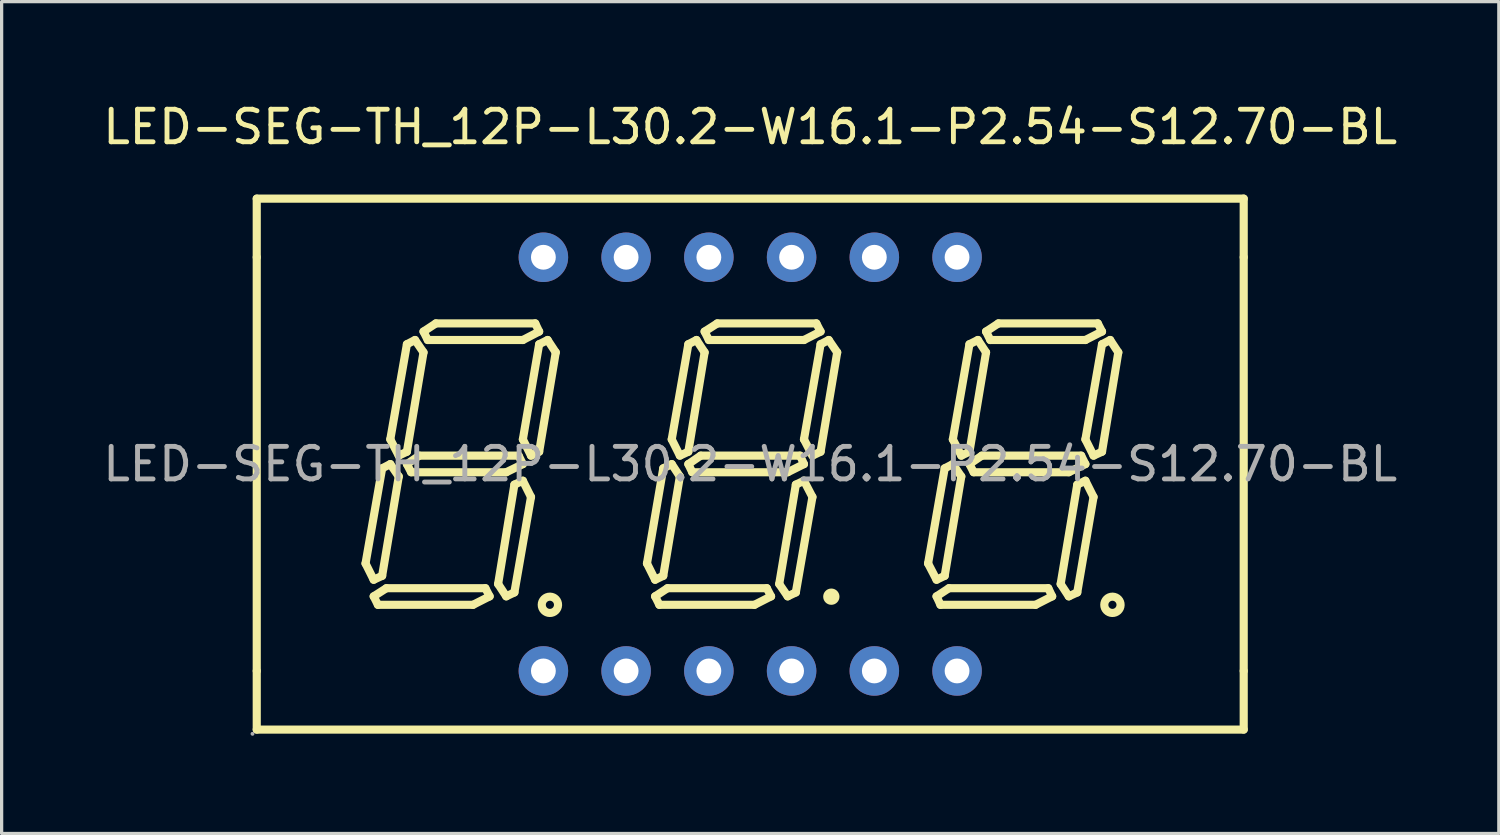
<source format=kicad_pcb>
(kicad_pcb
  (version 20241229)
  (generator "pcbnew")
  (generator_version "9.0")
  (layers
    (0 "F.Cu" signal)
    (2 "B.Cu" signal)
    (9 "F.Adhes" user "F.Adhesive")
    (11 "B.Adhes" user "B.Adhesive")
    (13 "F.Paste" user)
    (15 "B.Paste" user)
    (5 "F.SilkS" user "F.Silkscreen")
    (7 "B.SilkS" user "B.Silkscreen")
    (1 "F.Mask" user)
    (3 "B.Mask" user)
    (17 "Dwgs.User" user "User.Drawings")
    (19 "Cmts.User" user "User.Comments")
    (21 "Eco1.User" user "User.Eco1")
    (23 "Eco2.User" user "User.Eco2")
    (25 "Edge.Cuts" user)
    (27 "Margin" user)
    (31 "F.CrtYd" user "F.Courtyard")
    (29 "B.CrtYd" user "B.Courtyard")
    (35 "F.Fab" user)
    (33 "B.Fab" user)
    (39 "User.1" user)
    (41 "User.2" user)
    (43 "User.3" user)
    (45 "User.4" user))
  (footprint "LED-SEG-TH_12P-L30.2-W16.1-P2.54-S12.70-BL"
    (layer "F.Cu")
    (at 19.982 11.198)
    (property "Reference" "LED-SEG-TH_12P-L30.2-W16.1-P2.54-S12.70-BL" (at 0 -10.35 0) (layer "F.SilkS") (effects (font (size 1 1) (thickness 0.15))))
    (attr through_hole)
    (fp_line (start -15.15 -8.15) (end 15.15 -8.15) (stroke (width 0.25) (type solid)) (layer "F.SilkS"))
    (fp_line (start -15.15 -6.35) (end -15.15 -8.15) (stroke (width 0.25) (type solid)) (layer "F.SilkS"))
    (fp_line (start -15.15 6.35) (end -15.15 -6.35) (stroke (width 0.25) (type solid)) (layer "F.SilkS"))
    (fp_line (start -15.15 8.15) (end -15.15 6.35) (stroke (width 0.25) (type solid)) (layer "F.SilkS"))
    (fp_line (start -11.81 3.05) (end -11.3 0.13) (stroke (width 0.25) (type solid)) (layer "F.SilkS"))
    (fp_line (start -11.56 3.55) (end -11.81 3.05) (stroke (width 0.25) (type solid)) (layer "F.SilkS"))
    (fp_line (start -11.56 4.06) (end -11.43 4.32) (stroke (width 0.25) (type solid)) (layer "F.SilkS"))
    (fp_line (start -11.43 4.32) (end -8.51 4.32) (stroke (width 0.25) (type solid)) (layer "F.SilkS"))
    (fp_line (start -11.3 0.13) (end -11.05 0) (stroke (width 0.25) (type solid)) (layer "F.SilkS"))
    (fp_line (start -11.3 3.43) (end -11.56 3.55) (stroke (width 0.25) (type solid)) (layer "F.SilkS"))
    (fp_line (start -11.17 3.81) (end -11.56 4.06) (stroke (width 0.25) (type solid)) (layer "F.SilkS"))
    (fp_line (start -11.05 -0.76) (end -10.54 -3.68) (stroke (width 0.25) (type solid)) (layer "F.SilkS"))
    (fp_line (start -11.05 0) (end -10.79 0.38) (stroke (width 0.25) (type solid)) (layer "F.SilkS"))
    (fp_line (start -10.79 -0.26) (end -11.05 -0.76) (stroke (width 0.25) (type solid)) (layer "F.SilkS"))
    (fp_line (start -10.79 0.38) (end -11.3 3.43) (stroke (width 0.25) (type solid)) (layer "F.SilkS"))
    (fp_line (start -10.54 -3.68) (end -10.29 -3.81) (stroke (width 0.25) (type solid)) (layer "F.SilkS"))
    (fp_line (start -10.54 -0.38) (end -10.79 -0.26) (stroke (width 0.25) (type solid)) (layer "F.SilkS"))
    (fp_line (start -10.54 0) (end -10.41 0.25) (stroke (width 0.25) (type solid)) (layer "F.SilkS"))
    (fp_line (start -10.41 0.25) (end -7.49 0.25) (stroke (width 0.25) (type solid)) (layer "F.SilkS"))
    (fp_line (start -10.29 -3.81) (end -10.03 -3.43) (stroke (width 0.25) (type solid)) (layer "F.SilkS"))
    (fp_line (start -10.16 -0.26) (end -10.54 0) (stroke (width 0.25) (type solid)) (layer "F.SilkS"))
    (fp_line (start -10.03 -4.07) (end -9.65 -4.32) (stroke (width 0.25) (type solid)) (layer "F.SilkS"))
    (fp_line (start -10.03 -3.43) (end -10.54 -0.38) (stroke (width 0.25) (type solid)) (layer "F.SilkS"))
    (fp_line (start -9.9 -3.81) (end -10.03 -4.07) (stroke (width 0.25) (type solid)) (layer "F.SilkS"))
    (fp_line (start -9.65 -4.32) (end -6.6 -4.32) (stroke (width 0.25) (type solid)) (layer "F.SilkS"))
    (fp_line (start -8.51 4.32) (end -8 4.06) (stroke (width 0.25) (type solid)) (layer "F.SilkS"))
    (fp_line (start -8.13 3.81) (end -11.17 3.81) (stroke (width 0.25) (type solid)) (layer "F.SilkS"))
    (fp_line (start -8 4.06) (end -8.13 3.81) (stroke (width 0.25) (type solid)) (layer "F.SilkS"))
    (fp_line (start -7.74 3.68) (end -7.49 4.06) (stroke (width 0.25) (type solid)) (layer "F.SilkS"))
    (fp_line (start -7.49 0.25) (end -6.98 0) (stroke (width 0.25) (type solid)) (layer "F.SilkS"))
    (fp_line (start -7.49 4.06) (end -7.24 3.94) (stroke (width 0.25) (type solid)) (layer "F.SilkS"))
    (fp_line (start -7.24 0.63) (end -7.74 3.68) (stroke (width 0.25) (type solid)) (layer "F.SilkS"))
    (fp_line (start -7.24 3.94) (end -6.73 1.01) (stroke (width 0.25) (type solid)) (layer "F.SilkS"))
    (fp_line (start -7.11 -0.26) (end -10.16 -0.26) (stroke (width 0.25) (type solid)) (layer "F.SilkS"))
    (fp_line (start -6.98 -3.81) (end -9.9 -3.81) (stroke (width 0.25) (type solid)) (layer "F.SilkS"))
    (fp_line (start -6.98 -0.76) (end -6.48 -3.68) (stroke (width 0.25) (type solid)) (layer "F.SilkS"))
    (fp_line (start -6.98 0) (end -7.11 -0.26) (stroke (width 0.25) (type solid)) (layer "F.SilkS"))
    (fp_line (start -6.98 0.51) (end -7.24 0.63) (stroke (width 0.25) (type solid)) (layer "F.SilkS"))
    (fp_line (start -6.73 -0.26) (end -6.98 -0.76) (stroke (width 0.25) (type solid)) (layer "F.SilkS"))
    (fp_line (start -6.73 1.01) (end -6.98 0.51) (stroke (width 0.25) (type solid)) (layer "F.SilkS"))
    (fp_line (start -6.6 -4.32) (end -6.48 -4.07) (stroke (width 0.25) (type solid)) (layer "F.SilkS"))
    (fp_line (start -6.48 -4.07) (end -6.98 -3.81) (stroke (width 0.25) (type solid)) (layer "F.SilkS"))
    (fp_line (start -6.48 -3.68) (end -6.22 -3.81) (stroke (width 0.25) (type solid)) (layer "F.SilkS"))
    (fp_line (start -6.48 -0.38) (end -6.73 -0.26) (stroke (width 0.25) (type solid)) (layer "F.SilkS"))
    (fp_line (start -6.22 -3.81) (end -5.97 -3.43) (stroke (width 0.25) (type solid)) (layer "F.SilkS"))
    (fp_line (start -5.97 -3.43) (end -6.48 -0.38) (stroke (width 0.25) (type solid)) (layer "F.SilkS"))
    (fp_line (start -3.17 3.05) (end -2.67 0.13) (stroke (width 0.25) (type solid)) (layer "F.SilkS"))
    (fp_line (start -2.92 3.55) (end -3.17 3.05) (stroke (width 0.25) (type solid)) (layer "F.SilkS"))
    (fp_line (start -2.92 4.06) (end -2.79 4.32) (stroke (width 0.25) (type solid)) (layer "F.SilkS"))
    (fp_line (start -2.79 4.32) (end 0.13 4.32) (stroke (width 0.25) (type solid)) (layer "F.SilkS"))
    (fp_line (start -2.67 0.13) (end -2.41 0) (stroke (width 0.25) (type solid)) (layer "F.SilkS"))
    (fp_line (start -2.67 3.43) (end -2.92 3.55) (stroke (width 0.25) (type solid)) (layer "F.SilkS"))
    (fp_line (start -2.54 3.81) (end -2.92 4.06) (stroke (width 0.25) (type solid)) (layer "F.SilkS"))
    (fp_line (start -2.41 -0.76) (end -1.9 -3.68) (stroke (width 0.25) (type solid)) (layer "F.SilkS"))
    (fp_line (start -2.41 0) (end -2.16 0.38) (stroke (width 0.25) (type solid)) (layer "F.SilkS"))
    (fp_line (start -2.16 -0.26) (end -2.41 -0.76) (stroke (width 0.25) (type solid)) (layer "F.SilkS"))
    (fp_line (start -2.16 0.38) (end -2.67 3.43) (stroke (width 0.25) (type solid)) (layer "F.SilkS"))
    (fp_line (start -1.9 -3.68) (end -1.65 -3.81) (stroke (width 0.25) (type solid)) (layer "F.SilkS"))
    (fp_line (start -1.9 -0.38) (end -2.16 -0.26) (stroke (width 0.25) (type solid)) (layer "F.SilkS"))
    (fp_line (start -1.9 0) (end -1.78 0.25) (stroke (width 0.25) (type solid)) (layer "F.SilkS"))
    (fp_line (start -1.78 0.25) (end 1.15 0.25) (stroke (width 0.25) (type solid)) (layer "F.SilkS"))
    (fp_line (start -1.65 -3.81) (end -1.4 -3.43) (stroke (width 0.25) (type solid)) (layer "F.SilkS"))
    (fp_line (start -1.52 -0.26) (end -1.9 0) (stroke (width 0.25) (type solid)) (layer "F.SilkS"))
    (fp_line (start -1.4 -4.07) (end -1.01 -4.32) (stroke (width 0.25) (type solid)) (layer "F.SilkS"))
    (fp_line (start -1.4 -3.43) (end -1.9 -0.38) (stroke (width 0.25) (type solid)) (layer "F.SilkS"))
    (fp_line (start -1.27 -3.81) (end -1.4 -4.07) (stroke (width 0.25) (type solid)) (layer "F.SilkS"))
    (fp_line (start -1.01 -4.32) (end 2.03 -4.32) (stroke (width 0.25) (type solid)) (layer "F.SilkS"))
    (fp_line (start 0.13 4.32) (end 0.64 4.06) (stroke (width 0.25) (type solid)) (layer "F.SilkS"))
    (fp_line (start 0.51 3.81) (end -2.54 3.81) (stroke (width 0.25) (type solid)) (layer "F.SilkS"))
    (fp_line (start 0.64 4.06) (end 0.51 3.81) (stroke (width 0.25) (type solid)) (layer "F.SilkS"))
    (fp_line (start 0.89 3.68) (end 1.15 4.06) (stroke (width 0.25) (type solid)) (layer "F.SilkS"))
    (fp_line (start 1.15 0.25) (end 1.65 0) (stroke (width 0.25) (type solid)) (layer "F.SilkS"))
    (fp_line (start 1.15 4.06) (end 1.4 3.94) (stroke (width 0.25) (type solid)) (layer "F.SilkS"))
    (fp_line (start 1.4 0.63) (end 0.89 3.68) (stroke (width 0.25) (type solid)) (layer "F.SilkS"))
    (fp_line (start 1.4 3.94) (end 1.91 1.01) (stroke (width 0.25) (type solid)) (layer "F.SilkS"))
    (fp_line (start 1.53 -0.26) (end -1.52 -0.26) (stroke (width 0.25) (type solid)) (layer "F.SilkS"))
    (fp_line (start 1.65 -3.81) (end -1.27 -3.81) (stroke (width 0.25) (type solid)) (layer "F.SilkS"))
    (fp_line (start 1.65 -0.76) (end 2.16 -3.68) (stroke (width 0.25) (type solid)) (layer "F.SilkS"))
    (fp_line (start 1.65 0) (end 1.53 -0.26) (stroke (width 0.25) (type solid)) (layer "F.SilkS"))
    (fp_line (start 1.65 0.51) (end 1.4 0.63) (stroke (width 0.25) (type solid)) (layer "F.SilkS"))
    (fp_line (start 1.91 -0.26) (end 1.65 -0.76) (stroke (width 0.25) (type solid)) (layer "F.SilkS"))
    (fp_line (start 1.91 1.01) (end 1.65 0.51) (stroke (width 0.25) (type solid)) (layer "F.SilkS"))
    (fp_line (start 2.03 -4.32) (end 2.16 -4.07) (stroke (width 0.25) (type solid)) (layer "F.SilkS"))
    (fp_line (start 2.16 -4.07) (end 1.65 -3.81) (stroke (width 0.25) (type solid)) (layer "F.SilkS"))
    (fp_line (start 2.16 -3.68) (end 2.41 -3.81) (stroke (width 0.25) (type solid)) (layer "F.SilkS"))
    (fp_line (start 2.16 -0.38) (end 1.91 -0.26) (stroke (width 0.25) (type solid)) (layer "F.SilkS"))
    (fp_line (start 2.41 -3.81) (end 2.67 -3.43) (stroke (width 0.25) (type solid)) (layer "F.SilkS"))
    (fp_line (start 2.67 -3.43) (end 2.16 -0.38) (stroke (width 0.25) (type solid)) (layer "F.SilkS"))
    (fp_line (start 5.46 3.05) (end 5.97 0.13) (stroke (width 0.25) (type solid)) (layer "F.SilkS"))
    (fp_line (start 5.72 3.55) (end 5.46 3.05) (stroke (width 0.25) (type solid)) (layer "F.SilkS"))
    (fp_line (start 5.72 4.06) (end 5.84 4.32) (stroke (width 0.25) (type solid)) (layer "F.SilkS"))
    (fp_line (start 5.84 4.32) (end 8.76 4.32) (stroke (width 0.25) (type solid)) (layer "F.SilkS"))
    (fp_line (start 5.97 0.13) (end 6.22 0) (stroke (width 0.25) (type solid)) (layer "F.SilkS"))
    (fp_line (start 5.97 3.43) (end 5.72 3.55) (stroke (width 0.25) (type solid)) (layer "F.SilkS"))
    (fp_line (start 6.1 3.81) (end 5.72 4.06) (stroke (width 0.25) (type solid)) (layer "F.SilkS"))
    (fp_line (start 6.22 -0.76) (end 6.73 -3.68) (stroke (width 0.25) (type solid)) (layer "F.SilkS"))
    (fp_line (start 6.22 0) (end 6.48 0.38) (stroke (width 0.25) (type solid)) (layer "F.SilkS"))
    (fp_line (start 6.48 -0.26) (end 6.22 -0.76) (stroke (width 0.25) (type solid)) (layer "F.SilkS"))
    (fp_line (start 6.48 0.38) (end 5.97 3.43) (stroke (width 0.25) (type solid)) (layer "F.SilkS"))
    (fp_line (start 6.73 -3.68) (end 6.99 -3.81) (stroke (width 0.25) (type solid)) (layer "F.SilkS"))
    (fp_line (start 6.73 -0.38) (end 6.48 -0.26) (stroke (width 0.25) (type solid)) (layer "F.SilkS"))
    (fp_line (start 6.73 0) (end 6.86 0.25) (stroke (width 0.25) (type solid)) (layer "F.SilkS"))
    (fp_line (start 6.86 0.25) (end 9.78 0.25) (stroke (width 0.25) (type solid)) (layer "F.SilkS"))
    (fp_line (start 6.99 -3.81) (end 7.24 -3.43) (stroke (width 0.25) (type solid)) (layer "F.SilkS"))
    (fp_line (start 7.11 -0.26) (end 6.73 0) (stroke (width 0.25) (type solid)) (layer "F.SilkS"))
    (fp_line (start 7.24 -4.07) (end 7.62 -4.32) (stroke (width 0.25) (type solid)) (layer "F.SilkS"))
    (fp_line (start 7.24 -3.43) (end 6.73 -0.38) (stroke (width 0.25) (type solid)) (layer "F.SilkS"))
    (fp_line (start 7.37 -3.81) (end 7.24 -4.07) (stroke (width 0.25) (type solid)) (layer "F.SilkS"))
    (fp_line (start 7.62 -4.32) (end 10.67 -4.32) (stroke (width 0.25) (type solid)) (layer "F.SilkS"))
    (fp_line (start 8.76 4.32) (end 9.27 4.06) (stroke (width 0.25) (type solid)) (layer "F.SilkS"))
    (fp_line (start 9.15 3.81) (end 6.1 3.81) (stroke (width 0.25) (type solid)) (layer "F.SilkS"))
    (fp_line (start 9.27 4.06) (end 9.15 3.81) (stroke (width 0.25) (type solid)) (layer "F.SilkS"))
    (fp_line (start 9.53 3.68) (end 9.78 4.06) (stroke (width 0.25) (type solid)) (layer "F.SilkS"))
    (fp_line (start 9.78 0.25) (end 10.29 0) (stroke (width 0.25) (type solid)) (layer "F.SilkS"))
    (fp_line (start 9.78 4.06) (end 10.04 3.94) (stroke (width 0.25) (type solid)) (layer "F.SilkS"))
    (fp_line (start 10.04 0.63) (end 9.53 3.68) (stroke (width 0.25) (type solid)) (layer "F.SilkS"))
    (fp_line (start 10.04 3.94) (end 10.54 1.01) (stroke (width 0.25) (type solid)) (layer "F.SilkS"))
    (fp_line (start 10.16 -0.26) (end 7.11 -0.26) (stroke (width 0.25) (type solid)) (layer "F.SilkS"))
    (fp_line (start 10.29 -3.81) (end 7.37 -3.81) (stroke (width 0.25) (type solid)) (layer "F.SilkS"))
    (fp_line (start 10.29 -0.76) (end 10.8 -3.68) (stroke (width 0.25) (type solid)) (layer "F.SilkS"))
    (fp_line (start 10.29 0) (end 10.16 -0.26) (stroke (width 0.25) (type solid)) (layer "F.SilkS"))
    (fp_line (start 10.29 0.51) (end 10.04 0.63) (stroke (width 0.25) (type solid)) (layer "F.SilkS"))
    (fp_line (start 10.54 -0.26) (end 10.29 -0.76) (stroke (width 0.25) (type solid)) (layer "F.SilkS"))
    (fp_line (start 10.54 1.01) (end 10.29 0.51) (stroke (width 0.25) (type solid)) (layer "F.SilkS"))
    (fp_line (start 10.67 -4.32) (end 10.8 -4.07) (stroke (width 0.25) (type solid)) (layer "F.SilkS"))
    (fp_line (start 10.8 -4.07) (end 10.29 -3.81) (stroke (width 0.25) (type solid)) (layer "F.SilkS"))
    (fp_line (start 10.8 -3.68) (end 11.05 -3.81) (stroke (width 0.25) (type solid)) (layer "F.SilkS"))
    (fp_line (start 10.8 -0.38) (end 10.54 -0.26) (stroke (width 0.25) (type solid)) (layer "F.SilkS"))
    (fp_line (start 11.05 -3.81) (end 11.3 -3.43) (stroke (width 0.25) (type solid)) (layer "F.SilkS"))
    (fp_line (start 11.3 -3.43) (end 10.8 -0.38) (stroke (width 0.25) (type solid)) (layer "F.SilkS"))
    (fp_line (start 15.15 -8.15) (end 15.15 -6.35) (stroke (width 0.25) (type solid)) (layer "F.SilkS"))
    (fp_line (start 15.15 -6.35) (end 15.15 6.35) (stroke (width 0.25) (type solid)) (layer "F.SilkS"))
    (fp_line (start 15.15 6.35) (end 15.15 8.15) (stroke (width 0.25) (type solid)) (layer "F.SilkS"))
    (fp_line (start 15.15 8.15) (end -15.15 8.15) (stroke (width 0.25) (type solid)) (layer "F.SilkS"))
    (fp_arc (start -6.14 4.07) (mid -6.155002 4.57015) (end -6.149997 4.0698) (stroke (width 0.25) (type solid)) (layer "F.SilkS"))
    (fp_arc (start 2.49 4.07) (mid 2.49 4.07) (end 2.49 4.07) (stroke (width 0.25) (type solid)) (layer "F.SilkS"))
    (fp_arc (start 11.13 4.07) (mid 11.114998 4.57015) (end 11.120003 4.0698) (stroke (width 0.25) (type solid)) (layer "F.SilkS"))
    (fp_circle (center -15.28 8.28) (end -15.25 8.28) (stroke (width 0.06) (type solid)) (fill no) (layer "F.Fab"))
    (fp_circle (center -6.35 -6.35) (end -6.21 -6.35) (stroke (width 0.28) (type solid)) (fill no) (layer "F.Fab"))
    (fp_circle (center -6.35 6.35) (end -6.21 6.35) (stroke (width 0.28) (type solid)) (fill no) (layer "F.Fab"))
    (fp_circle (center -3.81 -6.35) (end -3.67 -6.35) (stroke (width 0.28) (type solid)) (fill no) (layer "F.Fab"))
    (fp_circle (center -3.81 6.35) (end -3.67 6.35) (stroke (width 0.28) (type solid)) (fill no) (layer "F.Fab"))
    (fp_circle (center -1.27 -6.35) (end -1.13 -6.35) (stroke (width 0.28) (type solid)) (fill no) (layer "F.Fab"))
    (fp_circle (center -1.27 6.35) (end -1.13 6.35) (stroke (width 0.28) (type solid)) (fill no) (layer "F.Fab"))
    (fp_circle (center 1.27 -6.35) (end 1.41 -6.35) (stroke (width 0.28) (type solid)) (fill no) (layer "F.Fab"))
    (fp_circle (center 1.27 6.35) (end 1.41 6.35) (stroke (width 0.28) (type solid)) (fill no) (layer "F.Fab"))
    (fp_circle (center 3.81 -6.35) (end 3.95 -6.35) (stroke (width 0.28) (type solid)) (fill no) (layer "F.Fab"))
    (fp_circle (center 3.81 6.35) (end 3.95 6.35) (stroke (width 0.28) (type solid)) (fill no) (layer "F.Fab"))
    (fp_circle (center 6.35 -6.35) (end 6.49 -6.35) (stroke (width 0.28) (type solid)) (fill no) (layer "F.Fab"))
    (fp_circle (center 6.35 6.35) (end 6.49 6.35) (stroke (width 0.28) (type solid)) (fill no) (layer "F.Fab"))
    (fp_text user "${REFERENCE}" (at 0 0 0) (layer "F.Fab") (effects (font (size 1 1) (thickness 0.15))))
    (pad "1" thru_hole circle (at -6.35 6.35) (size 1.52 1.52) (drill 0.762) (layers "*.Cu" "*.Paste" "*.Mask"))
    (pad "2" thru_hole circle (at -3.81 6.35) (size 1.52 1.52) (drill 0.762) (layers "*.Cu" "*.Paste" "*.Mask"))
    (pad "3" thru_hole circle (at -1.27 6.35) (size 1.52 1.52) (drill 0.762) (layers "*.Cu" "*.Paste" "*.Mask"))
    (pad "4" thru_hole circle (at 1.27 6.35) (size 1.52 1.52) (drill 0.762) (layers "*.Cu" "*.Paste" "*.Mask"))
    (pad "5" thru_hole circle (at 3.81 6.35) (size 1.52 1.52) (drill 0.762) (layers "*.Cu" "*.Paste" "*.Mask"))
    (pad "6" thru_hole circle (at 6.35 6.35) (size 1.52 1.52) (drill 0.762) (layers "*.Cu" "*.Paste" "*.Mask"))
    (pad "7" thru_hole circle (at 6.35 -6.35) (size 1.52 1.52) (drill 0.762) (layers "*.Cu" "*.Paste" "*.Mask"))
    (pad "8" thru_hole circle (at 3.81 -6.35) (size 1.52 1.52) (drill 0.762) (layers "*.Cu" "*.Paste" "*.Mask"))
    (pad "9" thru_hole circle (at 1.27 -6.35) (size 1.52 1.52) (drill 0.762) (layers "*.Cu" "*.Paste" "*.Mask"))
    (pad "10" thru_hole circle (at -1.27 -6.35) (size 1.52 1.52) (drill 0.762) (layers "*.Cu" "*.Paste" "*.Mask"))
    (pad "11" thru_hole circle (at -3.81 -6.35) (size 1.52 1.52) (drill 0.762) (layers "*.Cu" "*.Paste" "*.Mask"))
    (pad "12" thru_hole circle (at -6.35 -6.35) (size 1.52 1.52) (drill 0.762) (layers "*.Cu" "*.Paste" "*.Mask")))
  (gr_rect
    (start -3 -3)
    (end 42.964 22.538)
    (stroke (width 0.1) (type default))
    (fill no)
    (layer "Edge.Cuts")))
</source>
